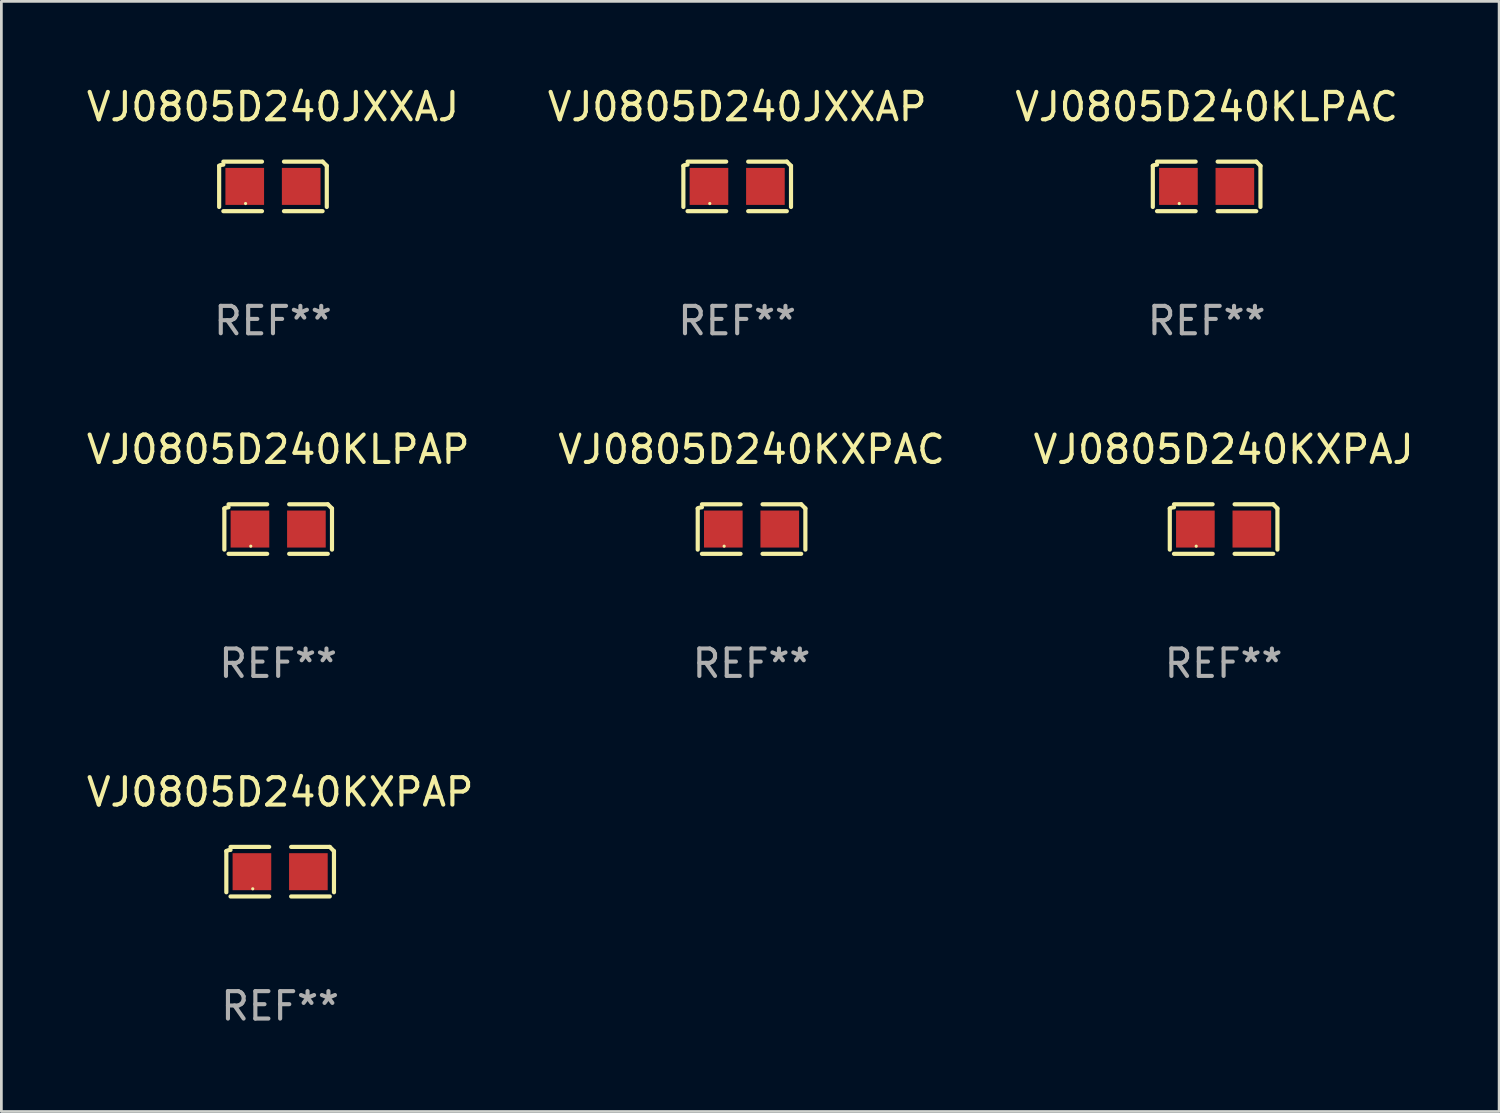
<source format=kicad_pcb>
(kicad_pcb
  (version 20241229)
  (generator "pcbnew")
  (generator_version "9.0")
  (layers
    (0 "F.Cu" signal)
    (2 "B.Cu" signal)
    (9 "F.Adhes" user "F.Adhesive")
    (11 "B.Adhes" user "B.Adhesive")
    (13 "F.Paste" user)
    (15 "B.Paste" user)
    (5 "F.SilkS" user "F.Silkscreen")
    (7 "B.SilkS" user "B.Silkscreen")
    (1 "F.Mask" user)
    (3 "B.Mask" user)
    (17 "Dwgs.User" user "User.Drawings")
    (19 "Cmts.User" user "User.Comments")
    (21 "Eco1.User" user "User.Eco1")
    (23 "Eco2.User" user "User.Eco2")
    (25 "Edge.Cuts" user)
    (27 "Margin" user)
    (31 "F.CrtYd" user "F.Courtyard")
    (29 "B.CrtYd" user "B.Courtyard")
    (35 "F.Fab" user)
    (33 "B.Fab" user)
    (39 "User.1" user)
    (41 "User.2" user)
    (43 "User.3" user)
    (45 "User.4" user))
  (footprint "VJ0805D240KXPAJ"
    (layer "F.Cu")
    (at 41.601 16.256)
    (property "Reference" "VJ0805D240KXPAJ" (at 0 -2.904 0) (layer "F.SilkS") (effects (font (size 1 1) (thickness 0.15))))
    (attr through_hole)
    (fp_line (start -1.964 0.751) (end -1.964 -0.751) (stroke (width 0.152) (type solid)) (layer "F.SilkS"))
    (fp_line (start -1.811 -0.904) (end -0.401 -0.904) (stroke (width 0.152) (type solid)) (layer "F.SilkS"))
    (fp_line (start -0.401 0.904) (end -1.811 0.904) (stroke (width 0.152) (type solid)) (layer "F.SilkS"))
    (fp_line (start 0.401 0.904) (end 1.811 0.904) (stroke (width 0.152) (type solid)) (layer "F.SilkS"))
    (fp_line (start 1.811 -0.904) (end 0.401 -0.904) (stroke (width 0.152) (type solid)) (layer "F.SilkS"))
    (fp_line (start 1.964 0.751) (end 1.964 -0.751) (stroke (width 0.152) (type solid)) (layer "F.SilkS"))
    (fp_arc (start -1.963602 -0.751207) (mid -1.890354 -0.783131) (end -1.811201 -0.794044) (stroke (width 0.1524) (type solid)) (layer "F.SilkS"))
    (fp_arc (start 1.811202 -0.903607) (mid 1.887413 -0.827418) (end 1.963602 -0.751207) (stroke (width 0.1524) (type solid)) (layer "F.SilkS"))
    (fp_circle (center -1 0.625) (end -0.97 0.625) (stroke (width 0.06) (type solid)) (fill no) (layer "F.SilkS"))
    (fp_text user "REF**" (at 0 4.904 0) (layer "F.Fab") (effects (font (size 1 1) (thickness 0.15))))
    (pad "1" smd rect (at -1.03 0) (size 1.41 1.35) (layers "F.Cu" "F.Mask" "F.Paste"))
    (pad "2" smd rect (at 1.03 0) (size 1.41 1.35) (layers "F.Cu" "F.Mask" "F.Paste")))
  (footprint "VJ0805D240JXXAJ"
    (layer "F.Cu")
    (at 6.911 3.752)
    (property "Reference" "VJ0805D240JXXAJ" (at 0 -2.904 0) (layer "F.SilkS") (effects (font (size 1 1) (thickness 0.15))))
    (attr through_hole)
    (fp_line (start -1.964 0.751) (end -1.964 -0.751) (stroke (width 0.152) (type solid)) (layer "F.SilkS"))
    (fp_line (start -1.811 -0.904) (end -0.401 -0.904) (stroke (width 0.152) (type solid)) (layer "F.SilkS"))
    (fp_line (start -0.401 0.904) (end -1.811 0.904) (stroke (width 0.152) (type solid)) (layer "F.SilkS"))
    (fp_line (start 0.401 0.904) (end 1.811 0.904) (stroke (width 0.152) (type solid)) (layer "F.SilkS"))
    (fp_line (start 1.811 -0.904) (end 0.401 -0.904) (stroke (width 0.152) (type solid)) (layer "F.SilkS"))
    (fp_line (start 1.964 0.751) (end 1.964 -0.751) (stroke (width 0.152) (type solid)) (layer "F.SilkS"))
    (fp_arc (start -1.963602 -0.751207) (mid -1.890354 -0.783131) (end -1.811201 -0.794044) (stroke (width 0.1524) (type solid)) (layer "F.SilkS"))
    (fp_arc (start 1.811202 -0.903607) (mid 1.887413 -0.827418) (end 1.963602 -0.751207) (stroke (width 0.1524) (type solid)) (layer "F.SilkS"))
    (fp_circle (center -1 0.625) (end -0.97 0.625) (stroke (width 0.06) (type solid)) (fill no) (layer "F.SilkS"))
    (fp_text user "REF**" (at 0 4.904 0) (layer "F.Fab") (effects (font (size 1 1) (thickness 0.15))))
    (pad "1" smd rect (at -1.03 0) (size 1.41 1.35) (layers "F.Cu" "F.Mask" "F.Paste"))
    (pad "2" smd rect (at 1.03 0) (size 1.41 1.35) (layers "F.Cu" "F.Mask" "F.Paste")))
  (footprint "VJ0805D240KXPAC"
    (layer "F.Cu")
    (at 24.375 16.256)
    (property "Reference" "VJ0805D240KXPAC" (at 0 -2.904 0) (layer "F.SilkS") (effects (font (size 1 1) (thickness 0.15))))
    (attr through_hole)
    (fp_line (start -1.964 0.751) (end -1.964 -0.751) (stroke (width 0.152) (type solid)) (layer "F.SilkS"))
    (fp_line (start -1.811 -0.904) (end -0.401 -0.904) (stroke (width 0.152) (type solid)) (layer "F.SilkS"))
    (fp_line (start -0.401 0.904) (end -1.811 0.904) (stroke (width 0.152) (type solid)) (layer "F.SilkS"))
    (fp_line (start 0.401 0.904) (end 1.811 0.904) (stroke (width 0.152) (type solid)) (layer "F.SilkS"))
    (fp_line (start 1.811 -0.904) (end 0.401 -0.904) (stroke (width 0.152) (type solid)) (layer "F.SilkS"))
    (fp_line (start 1.964 0.751) (end 1.964 -0.751) (stroke (width 0.152) (type solid)) (layer "F.SilkS"))
    (fp_arc (start -1.963602 -0.751207) (mid -1.890354 -0.783131) (end -1.811201 -0.794044) (stroke (width 0.1524) (type solid)) (layer "F.SilkS"))
    (fp_arc (start 1.811202 -0.903607) (mid 1.887413 -0.827418) (end 1.963602 -0.751207) (stroke (width 0.1524) (type solid)) (layer "F.SilkS"))
    (fp_circle (center -1 0.625) (end -0.97 0.625) (stroke (width 0.06) (type solid)) (fill no) (layer "F.SilkS"))
    (fp_text user "REF**" (at 0 4.904 0) (layer "F.Fab") (effects (font (size 1 1) (thickness 0.15))))
    (pad "1" smd rect (at -1.03 0) (size 1.41 1.35) (layers "F.Cu" "F.Mask" "F.Paste"))
    (pad "2" smd rect (at 1.03 0) (size 1.41 1.35) (layers "F.Cu" "F.Mask" "F.Paste")))
  (footprint "VJ0805D240JXXAP"
    (layer "F.Cu")
    (at 23.851 3.752)
    (property "Reference" "VJ0805D240JXXAP" (at 0 -2.904 0) (layer "F.SilkS") (effects (font (size 1 1) (thickness 0.15))))
    (attr through_hole)
    (fp_line (start -1.964 0.751) (end -1.964 -0.751) (stroke (width 0.152) (type solid)) (layer "F.SilkS"))
    (fp_line (start -1.811 -0.904) (end -0.401 -0.904) (stroke (width 0.152) (type solid)) (layer "F.SilkS"))
    (fp_line (start -0.401 0.904) (end -1.811 0.904) (stroke (width 0.152) (type solid)) (layer "F.SilkS"))
    (fp_line (start 0.401 0.904) (end 1.811 0.904) (stroke (width 0.152) (type solid)) (layer "F.SilkS"))
    (fp_line (start 1.811 -0.904) (end 0.401 -0.904) (stroke (width 0.152) (type solid)) (layer "F.SilkS"))
    (fp_line (start 1.964 0.751) (end 1.964 -0.751) (stroke (width 0.152) (type solid)) (layer "F.SilkS"))
    (fp_arc (start -1.963602 -0.751207) (mid -1.890354 -0.783131) (end -1.811201 -0.794044) (stroke (width 0.1524) (type solid)) (layer "F.SilkS"))
    (fp_arc (start 1.811202 -0.903607) (mid 1.887413 -0.827418) (end 1.963602 -0.751207) (stroke (width 0.1524) (type solid)) (layer "F.SilkS"))
    (fp_circle (center -1 0.625) (end -0.97 0.625) (stroke (width 0.06) (type solid)) (fill no) (layer "F.SilkS"))
    (fp_text user "REF**" (at 0 4.904 0) (layer "F.Fab") (effects (font (size 1 1) (thickness 0.15))))
    (pad "1" smd rect (at -1.03 0) (size 1.41 1.35) (layers "F.Cu" "F.Mask" "F.Paste"))
    (pad "2" smd rect (at 1.03 0) (size 1.41 1.35) (layers "F.Cu" "F.Mask" "F.Paste")))
  (footprint "VJ0805D240KLPAC"
    (layer "F.Cu")
    (at 40.982 3.752)
    (property "Reference" "VJ0805D240KLPAC" (at 0 -2.904 0) (layer "F.SilkS") (effects (font (size 1 1) (thickness 0.15))))
    (attr through_hole)
    (fp_line (start -1.964 0.751) (end -1.964 -0.751) (stroke (width 0.152) (type solid)) (layer "F.SilkS"))
    (fp_line (start -1.811 -0.904) (end -0.401 -0.904) (stroke (width 0.152) (type solid)) (layer "F.SilkS"))
    (fp_line (start -0.401 0.904) (end -1.811 0.904) (stroke (width 0.152) (type solid)) (layer "F.SilkS"))
    (fp_line (start 0.401 0.904) (end 1.811 0.904) (stroke (width 0.152) (type solid)) (layer "F.SilkS"))
    (fp_line (start 1.811 -0.904) (end 0.401 -0.904) (stroke (width 0.152) (type solid)) (layer "F.SilkS"))
    (fp_line (start 1.964 0.751) (end 1.964 -0.751) (stroke (width 0.152) (type solid)) (layer "F.SilkS"))
    (fp_arc (start -1.963602 -0.751207) (mid -1.890354 -0.783131) (end -1.811201 -0.794044) (stroke (width 0.1524) (type solid)) (layer "F.SilkS"))
    (fp_arc (start 1.811202 -0.903607) (mid 1.887413 -0.827418) (end 1.963602 -0.751207) (stroke (width 0.1524) (type solid)) (layer "F.SilkS"))
    (fp_circle (center -1 0.625) (end -0.97 0.625) (stroke (width 0.06) (type solid)) (fill no) (layer "F.SilkS"))
    (fp_text user "REF**" (at 0 4.904 0) (layer "F.Fab") (effects (font (size 1 1) (thickness 0.15))))
    (pad "1" smd rect (at -1.03 0) (size 1.41 1.35) (layers "F.Cu" "F.Mask" "F.Paste"))
    (pad "2" smd rect (at 1.03 0) (size 1.41 1.35) (layers "F.Cu" "F.Mask" "F.Paste")))
  (footprint "VJ0805D240KLPAP"
    (layer "F.Cu")
    (at 7.101 16.256)
    (property "Reference" "VJ0805D240KLPAP" (at 0 -2.904 0) (layer "F.SilkS") (effects (font (size 1 1) (thickness 0.15))))
    (attr through_hole)
    (fp_line (start -1.964 0.751) (end -1.964 -0.751) (stroke (width 0.152) (type solid)) (layer "F.SilkS"))
    (fp_line (start -1.811 -0.904) (end -0.401 -0.904) (stroke (width 0.152) (type solid)) (layer "F.SilkS"))
    (fp_line (start -0.401 0.904) (end -1.811 0.904) (stroke (width 0.152) (type solid)) (layer "F.SilkS"))
    (fp_line (start 0.401 0.904) (end 1.811 0.904) (stroke (width 0.152) (type solid)) (layer "F.SilkS"))
    (fp_line (start 1.811 -0.904) (end 0.401 -0.904) (stroke (width 0.152) (type solid)) (layer "F.SilkS"))
    (fp_line (start 1.964 0.751) (end 1.964 -0.751) (stroke (width 0.152) (type solid)) (layer "F.SilkS"))
    (fp_arc (start -1.963602 -0.751207) (mid -1.890354 -0.783131) (end -1.811201 -0.794044) (stroke (width 0.1524) (type solid)) (layer "F.SilkS"))
    (fp_arc (start 1.811202 -0.903607) (mid 1.887413 -0.827418) (end 1.963602 -0.751207) (stroke (width 0.1524) (type solid)) (layer "F.SilkS"))
    (fp_circle (center -1 0.625) (end -0.97 0.625) (stroke (width 0.06) (type solid)) (fill no) (layer "F.SilkS"))
    (fp_text user "REF**" (at 0 4.904 0) (layer "F.Fab") (effects (font (size 1 1) (thickness 0.15))))
    (pad "1" smd rect (at -1.03 0) (size 1.41 1.35) (layers "F.Cu" "F.Mask" "F.Paste"))
    (pad "2" smd rect (at 1.03 0) (size 1.41 1.35) (layers "F.Cu" "F.Mask" "F.Paste")))
  (footprint "VJ0805D240KXPAP"
    (layer "F.Cu")
    (at 7.173 28.759)
    (property "Reference" "VJ0805D240KXPAP" (at 0 -2.904 0) (layer "F.SilkS") (effects (font (size 1 1) (thickness 0.15))))
    (attr through_hole)
    (fp_line (start -1.964 0.751) (end -1.964 -0.751) (stroke (width 0.152) (type solid)) (layer "F.SilkS"))
    (fp_line (start -1.811 -0.904) (end -0.401 -0.904) (stroke (width 0.152) (type solid)) (layer "F.SilkS"))
    (fp_line (start -0.401 0.904) (end -1.811 0.904) (stroke (width 0.152) (type solid)) (layer "F.SilkS"))
    (fp_line (start 0.401 0.904) (end 1.811 0.904) (stroke (width 0.152) (type solid)) (layer "F.SilkS"))
    (fp_line (start 1.811 -0.904) (end 0.401 -0.904) (stroke (width 0.152) (type solid)) (layer "F.SilkS"))
    (fp_line (start 1.964 0.751) (end 1.964 -0.751) (stroke (width 0.152) (type solid)) (layer "F.SilkS"))
    (fp_arc (start -1.963602 -0.751207) (mid -1.890354 -0.783131) (end -1.811201 -0.794044) (stroke (width 0.1524) (type solid)) (layer "F.SilkS"))
    (fp_arc (start 1.811202 -0.903607) (mid 1.887413 -0.827418) (end 1.963602 -0.751207) (stroke (width 0.1524) (type solid)) (layer "F.SilkS"))
    (fp_circle (center -1 0.625) (end -0.97 0.625) (stroke (width 0.06) (type solid)) (fill no) (layer "F.SilkS"))
    (fp_text user "REF**" (at 0 4.904 0) (layer "F.Fab") (effects (font (size 1 1) (thickness 0.15))))
    (pad "1" smd rect (at -1.03 0) (size 1.41 1.35) (layers "F.Cu" "F.Mask" "F.Paste"))
    (pad "2" smd rect (at 1.03 0) (size 1.41 1.35) (layers "F.Cu" "F.Mask" "F.Paste")))
  (gr_rect
    (start -3 -3)
    (end 51.655 37.511)
    (stroke (width 0.1) (type default))
    (fill no)
    (layer "Edge.Cuts")))
</source>
